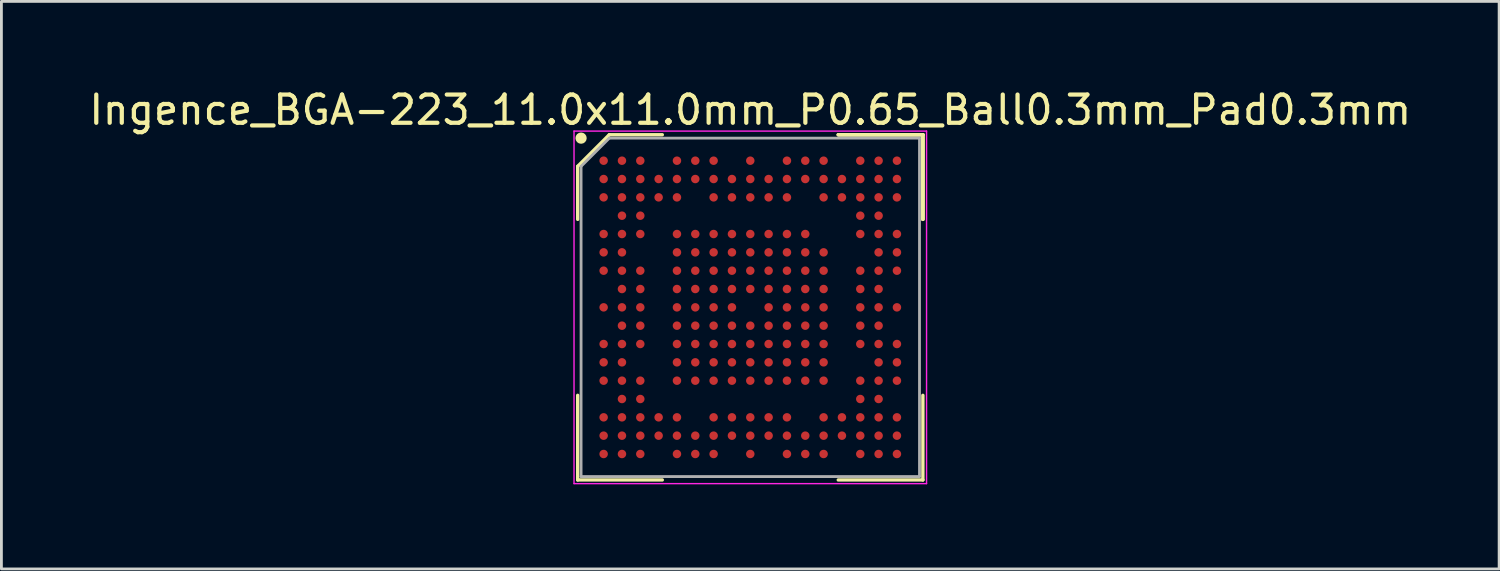
<source format=kicad_pcb>
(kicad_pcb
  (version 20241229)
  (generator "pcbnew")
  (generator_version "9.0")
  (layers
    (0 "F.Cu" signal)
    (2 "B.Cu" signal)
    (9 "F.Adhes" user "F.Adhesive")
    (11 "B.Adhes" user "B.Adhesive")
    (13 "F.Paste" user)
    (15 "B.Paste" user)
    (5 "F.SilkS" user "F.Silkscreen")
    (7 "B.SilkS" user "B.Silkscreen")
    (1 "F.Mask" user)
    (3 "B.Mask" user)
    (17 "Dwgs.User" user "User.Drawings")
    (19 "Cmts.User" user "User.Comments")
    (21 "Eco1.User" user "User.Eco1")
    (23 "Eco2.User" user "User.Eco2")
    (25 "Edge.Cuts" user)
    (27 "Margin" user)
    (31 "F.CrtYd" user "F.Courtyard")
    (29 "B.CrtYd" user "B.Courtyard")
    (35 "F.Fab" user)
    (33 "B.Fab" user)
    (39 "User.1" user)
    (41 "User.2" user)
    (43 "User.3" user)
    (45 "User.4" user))
  (footprint "Ingence_BGA-223_11.0x11.0mm_P0.65_Ball0.3mm_Pad0.3mm"
    (layer "F.Cu")
    (at 23.554 7.848)
    (property "Reference" "Ingence_BGA-223_11.0x11.0mm_P0.65_Ball0.3mm_Pad0.3mm" (at 0 -7 0) (layer "F.SilkS") (effects (font (size 1 1) (thickness 0.15))))
    (attr smd)
    (fp_line (start -6.12 -5) (end -6.12 -3.12) (stroke (width 0.12) (type solid)) (layer "F.SilkS"))
    (fp_line (start -6.12 6.12) (end -6.12 3.12) (stroke (width 0.12) (type solid)) (layer "F.SilkS"))
    (fp_line (start -5 -6.12) (end -6.12 -5) (stroke (width 0.12) (type solid)) (layer "F.SilkS"))
    (fp_line (start -3.12 -6.12) (end -5 -6.12) (stroke (width 0.12) (type solid)) (layer "F.SilkS"))
    (fp_line (start -3.12 6.12) (end -6.12 6.12) (stroke (width 0.12) (type solid)) (layer "F.SilkS"))
    (fp_line (start 3.12 -6.12) (end 6.12 -6.12) (stroke (width 0.12) (type solid)) (layer "F.SilkS"))
    (fp_line (start 3.12 -6.12) (end 6.12 -6.12) (stroke (width 0.12) (type solid)) (layer "F.SilkS"))
    (fp_line (start 3.12 -6.12) (end 6.12 -6.12) (stroke (width 0.12) (type solid)) (layer "F.SilkS"))
    (fp_line (start 3.12 6.12) (end 6.12 6.12) (stroke (width 0.12) (type solid)) (layer "F.SilkS"))
    (fp_line (start 6.12 -6.12) (end 6.12 -3.12) (stroke (width 0.12) (type solid)) (layer "F.SilkS"))
    (fp_line (start 6.12 -6.12) (end 6.12 -3.12) (stroke (width 0.12) (type solid)) (layer "F.SilkS"))
    (fp_line (start 6.12 -6.12) (end 6.12 -3.12) (stroke (width 0.12) (type solid)) (layer "F.SilkS"))
    (fp_line (start 6.12 6.12) (end 6.12 3.12) (stroke (width 0.12) (type solid)) (layer "F.SilkS"))
    (fp_circle (center -6 -6) (end -6 -5.9) (stroke (width 0.2) (type solid)) (fill no) (layer "F.SilkS"))
    (fp_line (start -6.25 -6.25) (end 6.25 -6.25) (stroke (width 0.05) (type solid)) (layer "F.CrtYd"))
    (fp_line (start -6.25 6.25) (end -6.25 -6.25) (stroke (width 0.05) (type solid)) (layer "F.CrtYd"))
    (fp_line (start 6.25 -6.25) (end 6.25 6.25) (stroke (width 0.05) (type solid)) (layer "F.CrtYd"))
    (fp_line (start 6.25 6.25) (end -6.25 6.25) (stroke (width 0.05) (type solid)) (layer "F.CrtYd"))
    (fp_line (start -6 -5) (end -6 6) (stroke (width 0.1) (type solid)) (layer "F.Fab"))
    (fp_line (start -6 6) (end 6 6) (stroke (width 0.1) (type solid)) (layer "F.Fab"))
    (fp_line (start -5 -6) (end -6 -5) (stroke (width 0.1) (type solid)) (layer "F.Fab"))
    (fp_line (start 6 -6) (end -5 -6) (stroke (width 0.1) (type solid)) (layer "F.Fab"))
    (fp_line (start 6 6) (end 6 -6) (stroke (width 0.1) (type solid)) (layer "F.Fab"))
    (pad "A1" smd circle (at -5.2 -5.2) (size 0.3 0.3) (layers "F.Cu" "F.Mask" "F.Paste"))
    (pad "A2" smd circle (at -4.55 -5.2) (size 0.3 0.3) (layers "F.Cu" "F.Mask" "F.Paste"))
    (pad "A3" smd circle (at -3.9 -5.2) (size 0.3 0.3) (layers "F.Cu" "F.Mask" "F.Paste"))
    (pad "A5" smd circle (at -2.6 -5.2) (size 0.3 0.3) (layers "F.Cu" "F.Mask" "F.Paste"))
    (pad "A6" smd circle (at -1.95 -5.2) (size 0.3 0.3) (layers "F.Cu" "F.Mask" "F.Paste"))
    (pad "A7" smd circle (at -1.3 -5.2) (size 0.3 0.3) (layers "F.Cu" "F.Mask" "F.Paste"))
    (pad "A9" smd circle (at 0 -5.2) (size 0.3 0.3) (layers "F.Cu" "F.Mask" "F.Paste"))
    (pad "A11" smd circle (at 1.3 -5.2) (size 0.3 0.3) (layers "F.Cu" "F.Mask" "F.Paste"))
    (pad "A12" smd circle (at 1.95 -5.2) (size 0.3 0.3) (layers "F.Cu" "F.Mask" "F.Paste"))
    (pad "A13" smd circle (at 2.6 -5.2) (size 0.3 0.3) (layers "F.Cu" "F.Mask" "F.Paste"))
    (pad "A15" smd circle (at 3.9 -5.2) (size 0.3 0.3) (layers "F.Cu" "F.Mask" "F.Paste"))
    (pad "A16" smd circle (at 4.55 -5.2) (size 0.3 0.3) (layers "F.Cu" "F.Mask" "F.Paste"))
    (pad "A17" smd circle (at 5.2 -5.2) (size 0.3 0.3) (layers "F.Cu" "F.Mask" "F.Paste"))
    (pad "B1" smd circle (at -5.2 -4.55) (size 0.3 0.3) (layers "F.Cu" "F.Mask" "F.Paste"))
    (pad "B2" smd circle (at -4.55 -4.55) (size 0.3 0.3) (layers "F.Cu" "F.Mask" "F.Paste"))
    (pad "B3" smd circle (at -3.9 -4.55) (size 0.3 0.3) (layers "F.Cu" "F.Mask" "F.Paste"))
    (pad "B4" smd circle (at -3.25 -4.55) (size 0.3 0.3) (layers "F.Cu" "F.Mask" "F.Paste"))
    (pad "B5" smd circle (at -2.6 -4.55) (size 0.3 0.3) (layers "F.Cu" "F.Mask" "F.Paste"))
    (pad "B6" smd circle (at -1.95 -4.55) (size 0.3 0.3) (layers "F.Cu" "F.Mask" "F.Paste"))
    (pad "B7" smd circle (at -1.3 -4.55) (size 0.3 0.3) (layers "F.Cu" "F.Mask" "F.Paste"))
    (pad "B8" smd circle (at -0.65 -4.55) (size 0.3 0.3) (layers "F.Cu" "F.Mask" "F.Paste"))
    (pad "B9" smd circle (at 0 -4.55) (size 0.3 0.3) (layers "F.Cu" "F.Mask" "F.Paste"))
    (pad "B10" smd circle (at 0.65 -4.55) (size 0.3 0.3) (layers "F.Cu" "F.Mask" "F.Paste"))
    (pad "B11" smd circle (at 1.3 -4.55) (size 0.3 0.3) (layers "F.Cu" "F.Mask" "F.Paste"))
    (pad "B12" smd circle (at 1.95 -4.55) (size 0.3 0.3) (layers "F.Cu" "F.Mask" "F.Paste"))
    (pad "B13" smd circle (at 2.6 -4.55) (size 0.3 0.3) (layers "F.Cu" "F.Mask" "F.Paste"))
    (pad "B14" smd circle (at 3.25 -4.55) (size 0.3 0.3) (layers "F.Cu" "F.Mask" "F.Paste"))
    (pad "B15" smd circle (at 3.9 -4.55) (size 0.3 0.3) (layers "F.Cu" "F.Mask" "F.Paste"))
    (pad "B16" smd circle (at 4.55 -4.55) (size 0.3 0.3) (layers "F.Cu" "F.Mask" "F.Paste"))
    (pad "B17" smd circle (at 5.2 -4.55) (size 0.3 0.3) (layers "F.Cu" "F.Mask" "F.Paste"))
    (pad "C1" smd circle (at -5.2 -3.9) (size 0.3 0.3) (layers "F.Cu" "F.Mask" "F.Paste"))
    (pad "C2" smd circle (at -4.55 -3.9) (size 0.3 0.3) (layers "F.Cu" "F.Mask" "F.Paste"))
    (pad "C3" smd circle (at -3.9 -3.9) (size 0.3 0.3) (layers "F.Cu" "F.Mask" "F.Paste"))
    (pad "C4" smd circle (at -3.25 -3.9) (size 0.3 0.3) (layers "F.Cu" "F.Mask" "F.Paste"))
    (pad "C5" smd circle (at -2.6 -3.9) (size 0.3 0.3) (layers "F.Cu" "F.Mask" "F.Paste"))
    (pad "C7" smd circle (at -1.3 -3.9) (size 0.3 0.3) (layers "F.Cu" "F.Mask" "F.Paste"))
    (pad "C8" smd circle (at -0.65 -3.9) (size 0.3 0.3) (layers "F.Cu" "F.Mask" "F.Paste"))
    (pad "C9" smd circle (at 0 -3.9) (size 0.3 0.3) (layers "F.Cu" "F.Mask" "F.Paste"))
    (pad "C10" smd circle (at 0.65 -3.9) (size 0.3 0.3) (layers "F.Cu" "F.Mask" "F.Paste"))
    (pad "C11" smd circle (at 1.3 -3.9) (size 0.3 0.3) (layers "F.Cu" "F.Mask" "F.Paste"))
    (pad "C13" smd circle (at 2.6 -3.9) (size 0.3 0.3) (layers "F.Cu" "F.Mask" "F.Paste"))
    (pad "C14" smd circle (at 3.25 -3.9) (size 0.3 0.3) (layers "F.Cu" "F.Mask" "F.Paste"))
    (pad "C15" smd circle (at 3.9 -3.9) (size 0.3 0.3) (layers "F.Cu" "F.Mask" "F.Paste"))
    (pad "C16" smd circle (at 4.55 -3.9) (size 0.3 0.3) (layers "F.Cu" "F.Mask" "F.Paste"))
    (pad "C17" smd circle (at 5.2 -3.9) (size 0.3 0.3) (layers "F.Cu" "F.Mask" "F.Paste"))
    (pad "D2" smd circle (at -4.55 -3.25) (size 0.3 0.3) (layers "F.Cu" "F.Mask" "F.Paste"))
    (pad "D3" smd circle (at -3.9 -3.25) (size 0.3 0.3) (layers "F.Cu" "F.Mask" "F.Paste"))
    (pad "D15" smd circle (at 3.9 -3.25) (size 0.3 0.3) (layers "F.Cu" "F.Mask" "F.Paste"))
    (pad "D16" smd circle (at 4.55 -3.25) (size 0.3 0.3) (layers "F.Cu" "F.Mask" "F.Paste"))
    (pad "E1" smd circle (at -5.2 -2.6) (size 0.3 0.3) (layers "F.Cu" "F.Mask" "F.Paste"))
    (pad "E2" smd circle (at -4.55 -2.6) (size 0.3 0.3) (layers "F.Cu" "F.Mask" "F.Paste"))
    (pad "E3" smd circle (at -3.9 -2.6) (size 0.3 0.3) (layers "F.Cu" "F.Mask" "F.Paste"))
    (pad "E5" smd circle (at -2.6 -2.6) (size 0.3 0.3) (layers "F.Cu" "F.Mask" "F.Paste"))
    (pad "E6" smd circle (at -1.95 -2.6) (size 0.3 0.3) (layers "F.Cu" "F.Mask" "F.Paste"))
    (pad "E7" smd circle (at -1.3 -2.6) (size 0.3 0.3) (layers "F.Cu" "F.Mask" "F.Paste"))
    (pad "E8" smd circle (at -0.65 -2.6) (size 0.3 0.3) (layers "F.Cu" "F.Mask" "F.Paste"))
    (pad "E9" smd circle (at 0 -2.6) (size 0.3 0.3) (layers "F.Cu" "F.Mask" "F.Paste"))
    (pad "E10" smd circle (at 0.65 -2.6) (size 0.3 0.3) (layers "F.Cu" "F.Mask" "F.Paste"))
    (pad "E11" smd circle (at 1.3 -2.6) (size 0.3 0.3) (layers "F.Cu" "F.Mask" "F.Paste"))
    (pad "E12" smd circle (at 1.95 -2.6) (size 0.3 0.3) (layers "F.Cu" "F.Mask" "F.Paste"))
    (pad "E15" smd circle (at 3.9 -2.6) (size 0.3 0.3) (layers "F.Cu" "F.Mask" "F.Paste"))
    (pad "E16" smd circle (at 4.55 -2.6) (size 0.3 0.3) (layers "F.Cu" "F.Mask" "F.Paste"))
    (pad "E17" smd circle (at 5.2 -2.6) (size 0.3 0.3) (layers "F.Cu" "F.Mask" "F.Paste"))
    (pad "F1" smd circle (at -5.2 -1.95) (size 0.3 0.3) (layers "F.Cu" "F.Mask" "F.Paste"))
    (pad "F2" smd circle (at -4.55 -1.95) (size 0.3 0.3) (layers "F.Cu" "F.Mask" "F.Paste"))
    (pad "F5" smd circle (at -2.6 -1.95) (size 0.3 0.3) (layers "F.Cu" "F.Mask" "F.Paste"))
    (pad "F6" smd circle (at -1.95 -1.95) (size 0.3 0.3) (layers "F.Cu" "F.Mask" "F.Paste"))
    (pad "F7" smd circle (at -1.3 -1.95) (size 0.3 0.3) (layers "F.Cu" "F.Mask" "F.Paste"))
    (pad "F8" smd circle (at -0.65 -1.95) (size 0.3 0.3) (layers "F.Cu" "F.Mask" "F.Paste"))
    (pad "F9" smd circle (at 0 -1.95) (size 0.3 0.3) (layers "F.Cu" "F.Mask" "F.Paste"))
    (pad "F10" smd circle (at 0.65 -1.95) (size 0.3 0.3) (layers "F.Cu" "F.Mask" "F.Paste"))
    (pad "F11" smd circle (at 1.3 -1.95) (size 0.3 0.3) (layers "F.Cu" "F.Mask" "F.Paste"))
    (pad "F12" smd circle (at 1.95 -1.95) (size 0.3 0.3) (layers "F.Cu" "F.Mask" "F.Paste"))
    (pad "F13" smd circle (at 2.6 -1.95) (size 0.3 0.3) (layers "F.Cu" "F.Mask" "F.Paste"))
    (pad "F16" smd circle (at 4.55 -1.95) (size 0.3 0.3) (layers "F.Cu" "F.Mask" "F.Paste"))
    (pad "F17" smd circle (at 5.2 -1.95) (size 0.3 0.3) (layers "F.Cu" "F.Mask" "F.Paste"))
    (pad "G1" smd circle (at -5.2 -1.3) (size 0.3 0.3) (layers "F.Cu" "F.Mask" "F.Paste"))
    (pad "G2" smd circle (at -4.55 -1.3) (size 0.3 0.3) (layers "F.Cu" "F.Mask" "F.Paste"))
    (pad "G3" smd circle (at -3.9 -1.3) (size 0.3 0.3) (layers "F.Cu" "F.Mask" "F.Paste"))
    (pad "G5" smd circle (at -2.6 -1.3) (size 0.3 0.3) (layers "F.Cu" "F.Mask" "F.Paste"))
    (pad "G6" smd circle (at -1.95 -1.3) (size 0.3 0.3) (layers "F.Cu" "F.Mask" "F.Paste"))
    (pad "G7" smd circle (at -1.3 -1.3) (size 0.3 0.3) (layers "F.Cu" "F.Mask" "F.Paste"))
    (pad "G8" smd circle (at -0.65 -1.3) (size 0.3 0.3) (layers "F.Cu" "F.Mask" "F.Paste"))
    (pad "G9" smd circle (at 0 -1.3) (size 0.3 0.3) (layers "F.Cu" "F.Mask" "F.Paste"))
    (pad "G10" smd circle (at 0.65 -1.3) (size 0.3 0.3) (layers "F.Cu" "F.Mask" "F.Paste"))
    (pad "G11" smd circle (at 1.3 -1.3) (size 0.3 0.3) (layers "F.Cu" "F.Mask" "F.Paste"))
    (pad "G12" smd circle (at 1.95 -1.3) (size 0.3 0.3) (layers "F.Cu" "F.Mask" "F.Paste"))
    (pad "G13" smd circle (at 2.6 -1.3) (size 0.3 0.3) (layers "F.Cu" "F.Mask" "F.Paste"))
    (pad "G15" smd circle (at 3.9 -1.3) (size 0.3 0.3) (layers "F.Cu" "F.Mask" "F.Paste"))
    (pad "G16" smd circle (at 4.55 -1.3) (size 0.3 0.3) (layers "F.Cu" "F.Mask" "F.Paste"))
    (pad "G17" smd circle (at 5.2 -1.3) (size 0.3 0.3) (layers "F.Cu" "F.Mask" "F.Paste"))
    (pad "H2" smd circle (at -4.55 -0.65) (size 0.3 0.3) (layers "F.Cu" "F.Mask" "F.Paste"))
    (pad "H3" smd circle (at -3.9 -0.65) (size 0.3 0.3) (layers "F.Cu" "F.Mask" "F.Paste"))
    (pad "H5" smd circle (at -2.6 -0.65) (size 0.3 0.3) (layers "F.Cu" "F.Mask" "F.Paste"))
    (pad "H6" smd circle (at -1.95 -0.65) (size 0.3 0.3) (layers "F.Cu" "F.Mask" "F.Paste"))
    (pad "H7" smd circle (at -1.3 -0.65) (size 0.3 0.3) (layers "F.Cu" "F.Mask" "F.Paste"))
    (pad "H8" smd circle (at -0.65 -0.65) (size 0.3 0.3) (layers "F.Cu" "F.Mask" "F.Paste"))
    (pad "H9" smd circle (at 0 -0.65) (size 0.3 0.3) (layers "F.Cu" "F.Mask" "F.Paste"))
    (pad "H10" smd circle (at 0.65 -0.65) (size 0.3 0.3) (layers "F.Cu" "F.Mask" "F.Paste"))
    (pad "H11" smd circle (at 1.3 -0.65) (size 0.3 0.3) (layers "F.Cu" "F.Mask" "F.Paste"))
    (pad "H12" smd circle (at 1.95 -0.65) (size 0.3 0.3) (layers "F.Cu" "F.Mask" "F.Paste"))
    (pad "H13" smd circle (at 2.6 -0.65) (size 0.3 0.3) (layers "F.Cu" "F.Mask" "F.Paste"))
    (pad "H15" smd circle (at 3.9 -0.65) (size 0.3 0.3) (layers "F.Cu" "F.Mask" "F.Paste"))
    (pad "H16" smd circle (at 4.55 -0.65) (size 0.3 0.3) (layers "F.Cu" "F.Mask" "F.Paste"))
    (pad "J1" smd circle (at -5.2 0) (size 0.3 0.3) (layers "F.Cu" "F.Mask" "F.Paste"))
    (pad "J2" smd circle (at -4.55 0) (size 0.3 0.3) (layers "F.Cu" "F.Mask" "F.Paste"))
    (pad "J3" smd circle (at -3.9 0) (size 0.3 0.3) (layers "F.Cu" "F.Mask" "F.Paste"))
    (pad "J5" smd circle (at -2.6 0) (size 0.3 0.3) (layers "F.Cu" "F.Mask" "F.Paste"))
    (pad "J6" smd circle (at -1.95 0) (size 0.3 0.3) (layers "F.Cu" "F.Mask" "F.Paste"))
    (pad "J7" smd circle (at -1.3 0) (size 0.3 0.3) (layers "F.Cu" "F.Mask" "F.Paste"))
    (pad "J8" smd circle (at -0.65 0) (size 0.3 0.3) (layers "F.Cu" "F.Mask" "F.Paste"))
    (pad "J10" smd circle (at 0.65 0) (size 0.3 0.3) (layers "F.Cu" "F.Mask" "F.Paste"))
    (pad "J11" smd circle (at 1.3 0) (size 0.3 0.3) (layers "F.Cu" "F.Mask" "F.Paste"))
    (pad "J12" smd circle (at 1.95 0) (size 0.3 0.3) (layers "F.Cu" "F.Mask" "F.Paste"))
    (pad "J13" smd circle (at 2.6 0) (size 0.3 0.3) (layers "F.Cu" "F.Mask" "F.Paste"))
    (pad "J15" smd circle (at 3.9 0) (size 0.3 0.3) (layers "F.Cu" "F.Mask" "F.Paste"))
    (pad "J16" smd circle (at 4.55 0) (size 0.3 0.3) (layers "F.Cu" "F.Mask" "F.Paste"))
    (pad "J17" smd circle (at 5.2 0) (size 0.3 0.3) (layers "F.Cu" "F.Mask" "F.Paste"))
    (pad "K2" smd circle (at -4.55 0.65) (size 0.3 0.3) (layers "F.Cu" "F.Mask" "F.Paste"))
    (pad "K3" smd circle (at -3.9 0.65) (size 0.3 0.3) (layers "F.Cu" "F.Mask" "F.Paste"))
    (pad "K5" smd circle (at -2.6 0.65) (size 0.3 0.3) (layers "F.Cu" "F.Mask" "F.Paste"))
    (pad "K6" smd circle (at -1.95 0.65) (size 0.3 0.3) (layers "F.Cu" "F.Mask" "F.Paste"))
    (pad "K7" smd circle (at -1.3 0.65) (size 0.3 0.3) (layers "F.Cu" "F.Mask" "F.Paste"))
    (pad "K8" smd circle (at -0.65 0.65) (size 0.3 0.3) (layers "F.Cu" "F.Mask" "F.Paste"))
    (pad "K9" smd circle (at 0 0.65) (size 0.3 0.3) (layers "F.Cu" "F.Mask" "F.Paste"))
    (pad "K10" smd circle (at 0.65 0.65) (size 0.3 0.3) (layers "F.Cu" "F.Mask" "F.Paste"))
    (pad "K11" smd circle (at 1.3 0.65) (size 0.3 0.3) (layers "F.Cu" "F.Mask" "F.Paste"))
    (pad "K12" smd circle (at 1.95 0.65) (size 0.3 0.3) (layers "F.Cu" "F.Mask" "F.Paste"))
    (pad "K13" smd circle (at 2.6 0.65) (size 0.3 0.3) (layers "F.Cu" "F.Mask" "F.Paste"))
    (pad "K15" smd circle (at 3.9 0.65) (size 0.3 0.3) (layers "F.Cu" "F.Mask" "F.Paste"))
    (pad "K16" smd circle (at 4.55 0.65) (size 0.3 0.3) (layers "F.Cu" "F.Mask" "F.Paste"))
    (pad "L1" smd circle (at -5.2 1.3) (size 0.3 0.3) (layers "F.Cu" "F.Mask" "F.Paste"))
    (pad "L2" smd circle (at -4.55 1.3) (size 0.3 0.3) (layers "F.Cu" "F.Mask" "F.Paste"))
    (pad "L3" smd circle (at -3.9 1.3) (size 0.3 0.3) (layers "F.Cu" "F.Mask" "F.Paste"))
    (pad "L5" smd circle (at -2.6 1.3) (size 0.3 0.3) (layers "F.Cu" "F.Mask" "F.Paste"))
    (pad "L6" smd circle (at -1.95 1.3) (size 0.3 0.3) (layers "F.Cu" "F.Mask" "F.Paste"))
    (pad "L7" smd circle (at -1.3 1.3) (size 0.3 0.3) (layers "F.Cu" "F.Mask" "F.Paste"))
    (pad "L8" smd circle (at -0.65 1.3) (size 0.3 0.3) (layers "F.Cu" "F.Mask" "F.Paste"))
    (pad "L9" smd circle (at 0 1.3) (size 0.3 0.3) (layers "F.Cu" "F.Mask" "F.Paste"))
    (pad "L10" smd circle (at 0.65 1.3) (size 0.3 0.3) (layers "F.Cu" "F.Mask" "F.Paste"))
    (pad "L11" smd circle (at 1.3 1.3) (size 0.3 0.3) (layers "F.Cu" "F.Mask" "F.Paste"))
    (pad "L12" smd circle (at 1.95 1.3) (size 0.3 0.3) (layers "F.Cu" "F.Mask" "F.Paste"))
    (pad "L13" smd circle (at 2.6 1.3) (size 0.3 0.3) (layers "F.Cu" "F.Mask" "F.Paste"))
    (pad "L15" smd circle (at 3.9 1.3) (size 0.3 0.3) (layers "F.Cu" "F.Mask" "F.Paste"))
    (pad "L16" smd circle (at 4.55 1.3) (size 0.3 0.3) (layers "F.Cu" "F.Mask" "F.Paste"))
    (pad "L17" smd circle (at 5.2 1.3) (size 0.3 0.3) (layers "F.Cu" "F.Mask" "F.Paste"))
    (pad "M1" smd circle (at -5.2 1.95) (size 0.3 0.3) (layers "F.Cu" "F.Mask" "F.Paste"))
    (pad "M2" smd circle (at -4.55 1.95) (size 0.3 0.3) (layers "F.Cu" "F.Mask" "F.Paste"))
    (pad "M5" smd circle (at -2.6 1.95) (size 0.3 0.3) (layers "F.Cu" "F.Mask" "F.Paste"))
    (pad "M6" smd circle (at -1.95 1.95) (size 0.3 0.3) (layers "F.Cu" "F.Mask" "F.Paste"))
    (pad "M7" smd circle (at -1.3 1.95) (size 0.3 0.3) (layers "F.Cu" "F.Mask" "F.Paste"))
    (pad "M8" smd circle (at -0.65 1.95) (size 0.3 0.3) (layers "F.Cu" "F.Mask" "F.Paste"))
    (pad "M9" smd circle (at 0 1.95) (size 0.3 0.3) (layers "F.Cu" "F.Mask" "F.Paste"))
    (pad "M10" smd circle (at 0.65 1.95) (size 0.3 0.3) (layers "F.Cu" "F.Mask" "F.Paste"))
    (pad "M11" smd circle (at 1.3 1.95) (size 0.3 0.3) (layers "F.Cu" "F.Mask" "F.Paste"))
    (pad "M12" smd circle (at 1.95 1.95) (size 0.3 0.3) (layers "F.Cu" "F.Mask" "F.Paste"))
    (pad "M13" smd circle (at 2.6 1.95) (size 0.3 0.3) (layers "F.Cu" "F.Mask" "F.Paste"))
    (pad "M16" smd circle (at 4.55 1.95) (size 0.3 0.3) (layers "F.Cu" "F.Mask" "F.Paste"))
    (pad "M17" smd circle (at 5.2 1.95) (size 0.3 0.3) (layers "F.Cu" "F.Mask" "F.Paste"))
    (pad "N1" smd circle (at -5.2 2.6) (size 0.3 0.3) (layers "F.Cu" "F.Mask" "F.Paste"))
    (pad "N2" smd circle (at -4.55 2.6) (size 0.3 0.3) (layers "F.Cu" "F.Mask" "F.Paste"))
    (pad "N3" smd circle (at -3.9 2.6) (size 0.3 0.3) (layers "F.Cu" "F.Mask" "F.Paste"))
    (pad "N5" smd circle (at -2.6 2.6) (size 0.3 0.3) (layers "F.Cu" "F.Mask" "F.Paste"))
    (pad "N6" smd circle (at -1.95 2.6) (size 0.3 0.3) (layers "F.Cu" "F.Mask" "F.Paste"))
    (pad "N7" smd circle (at -1.3 2.6) (size 0.3 0.3) (layers "F.Cu" "F.Mask" "F.Paste"))
    (pad "N8" smd circle (at -0.65 2.6) (size 0.3 0.3) (layers "F.Cu" "F.Mask" "F.Paste"))
    (pad "N9" smd circle (at 0 2.6) (size 0.3 0.3) (layers "F.Cu" "F.Mask" "F.Paste"))
    (pad "N10" smd circle (at 0.65 2.6) (size 0.3 0.3) (layers "F.Cu" "F.Mask" "F.Paste"))
    (pad "N11" smd circle (at 1.3 2.6) (size 0.3 0.3) (layers "F.Cu" "F.Mask" "F.Paste"))
    (pad "N12" smd circle (at 1.95 2.6) (size 0.3 0.3) (layers "F.Cu" "F.Mask" "F.Paste"))
    (pad "N13" smd circle (at 2.6 2.6) (size 0.3 0.3) (layers "F.Cu" "F.Mask" "F.Paste"))
    (pad "N15" smd circle (at 3.9 2.6) (size 0.3 0.3) (layers "F.Cu" "F.Mask" "F.Paste"))
    (pad "N16" smd circle (at 4.55 2.6) (size 0.3 0.3) (layers "F.Cu" "F.Mask" "F.Paste"))
    (pad "N17" smd circle (at 5.2 2.6) (size 0.3 0.3) (layers "F.Cu" "F.Mask" "F.Paste"))
    (pad "P2" smd circle (at -4.55 3.25) (size 0.3 0.3) (layers "F.Cu" "F.Mask" "F.Paste"))
    (pad "P3" smd circle (at -3.9 3.25) (size 0.3 0.3) (layers "F.Cu" "F.Mask" "F.Paste"))
    (pad "P15" smd circle (at 3.9 3.25) (size 0.3 0.3) (layers "F.Cu" "F.Mask" "F.Paste"))
    (pad "P16" smd circle (at 4.55 3.25) (size 0.3 0.3) (layers "F.Cu" "F.Mask" "F.Paste"))
    (pad "R1" smd circle (at -5.2 3.9) (size 0.3 0.3) (layers "F.Cu" "F.Mask" "F.Paste"))
    (pad "R2" smd circle (at -4.55 3.9) (size 0.3 0.3) (layers "F.Cu" "F.Mask" "F.Paste"))
    (pad "R3" smd circle (at -3.9 3.9) (size 0.3 0.3) (layers "F.Cu" "F.Mask" "F.Paste"))
    (pad "R4" smd circle (at -3.25 3.9) (size 0.3 0.3) (layers "F.Cu" "F.Mask" "F.Paste"))
    (pad "R5" smd circle (at -2.6 3.9) (size 0.3 0.3) (layers "F.Cu" "F.Mask" "F.Paste"))
    (pad "R7" smd circle (at -1.3 3.9) (size 0.3 0.3) (layers "F.Cu" "F.Mask" "F.Paste"))
    (pad "R8" smd circle (at -0.65 3.9) (size 0.3 0.3) (layers "F.Cu" "F.Mask" "F.Paste"))
    (pad "R9" smd circle (at 0 3.9) (size 0.3 0.3) (layers "F.Cu" "F.Mask" "F.Paste"))
    (pad "R10" smd circle (at 0.65 3.9) (size 0.3 0.3) (layers "F.Cu" "F.Mask" "F.Paste"))
    (pad "R11" smd circle (at 1.3 3.9) (size 0.3 0.3) (layers "F.Cu" "F.Mask" "F.Paste"))
    (pad "R13" smd circle (at 2.6 3.9) (size 0.3 0.3) (layers "F.Cu" "F.Mask" "F.Paste"))
    (pad "R14" smd circle (at 3.25 3.9) (size 0.3 0.3) (layers "F.Cu" "F.Mask" "F.Paste"))
    (pad "R15" smd circle (at 3.9 3.9) (size 0.3 0.3) (layers "F.Cu" "F.Mask" "F.Paste"))
    (pad "R16" smd circle (at 4.55 3.9) (size 0.3 0.3) (layers "F.Cu" "F.Mask" "F.Paste"))
    (pad "R17" smd circle (at 5.2 3.9) (size 0.3 0.3) (layers "F.Cu" "F.Mask" "F.Paste"))
    (pad "T1" smd circle (at -5.2 4.55) (size 0.3 0.3) (layers "F.Cu" "F.Mask" "F.Paste"))
    (pad "T2" smd circle (at -4.55 4.55) (size 0.3 0.3) (layers "F.Cu" "F.Mask" "F.Paste"))
    (pad "T3" smd circle (at -3.9 4.55) (size 0.3 0.3) (layers "F.Cu" "F.Mask" "F.Paste"))
    (pad "T4" smd circle (at -3.25 4.55) (size 0.3 0.3) (layers "F.Cu" "F.Mask" "F.Paste"))
    (pad "T5" smd circle (at -2.6 4.55) (size 0.3 0.3) (layers "F.Cu" "F.Mask" "F.Paste"))
    (pad "T6" smd circle (at -1.95 4.55) (size 0.3 0.3) (layers "F.Cu" "F.Mask" "F.Paste"))
    (pad "T7" smd circle (at -1.3 4.55) (size 0.3 0.3) (layers "F.Cu" "F.Mask" "F.Paste"))
    (pad "T8" smd circle (at -0.65 4.55) (size 0.3 0.3) (layers "F.Cu" "F.Mask" "F.Paste"))
    (pad "T9" smd circle (at 0 4.55) (size 0.3 0.3) (layers "F.Cu" "F.Mask" "F.Paste"))
    (pad "T10" smd circle (at 0.65 4.55) (size 0.3 0.3) (layers "F.Cu" "F.Mask" "F.Paste"))
    (pad "T11" smd circle (at 1.3 4.55) (size 0.3 0.3) (layers "F.Cu" "F.Mask" "F.Paste"))
    (pad "T12" smd circle (at 1.95 4.55) (size 0.3 0.3) (layers "F.Cu" "F.Mask" "F.Paste"))
    (pad "T13" smd circle (at 2.6 4.55) (size 0.3 0.3) (layers "F.Cu" "F.Mask" "F.Paste"))
    (pad "T14" smd circle (at 3.25 4.55) (size 0.3 0.3) (layers "F.Cu" "F.Mask" "F.Paste"))
    (pad "T15" smd circle (at 3.9 4.55) (size 0.3 0.3) (layers "F.Cu" "F.Mask" "F.Paste"))
    (pad "T16" smd circle (at 4.55 4.55) (size 0.3 0.3) (layers "F.Cu" "F.Mask" "F.Paste"))
    (pad "T17" smd circle (at 5.2 4.55) (size 0.3 0.3) (layers "F.Cu" "F.Mask" "F.Paste"))
    (pad "U1" smd circle (at -5.2 5.2) (size 0.3 0.3) (layers "F.Cu" "F.Mask" "F.Paste"))
    (pad "U2" smd circle (at -4.55 5.2) (size 0.3 0.3) (layers "F.Cu" "F.Mask" "F.Paste"))
    (pad "U3" smd circle (at -3.9 5.2) (size 0.3 0.3) (layers "F.Cu" "F.Mask" "F.Paste"))
    (pad "U5" smd circle (at -2.6 5.2) (size 0.3 0.3) (layers "F.Cu" "F.Mask" "F.Paste"))
    (pad "U6" smd circle (at -1.95 5.2) (size 0.3 0.3) (layers "F.Cu" "F.Mask" "F.Paste"))
    (pad "U7" smd circle (at -1.3 5.2) (size 0.3 0.3) (layers "F.Cu" "F.Mask" "F.Paste"))
    (pad "U9" smd circle (at 0 5.2) (size 0.3 0.3) (layers "F.Cu" "F.Mask" "F.Paste"))
    (pad "U11" smd circle (at 1.3 5.2) (size 0.3 0.3) (layers "F.Cu" "F.Mask" "F.Paste"))
    (pad "U12" smd circle (at 1.95 5.2) (size 0.3 0.3) (layers "F.Cu" "F.Mask" "F.Paste"))
    (pad "U13" smd circle (at 2.6 5.2) (size 0.3 0.3) (layers "F.Cu" "F.Mask" "F.Paste"))
    (pad "U15" smd circle (at 3.9 5.2) (size 0.3 0.3) (layers "F.Cu" "F.Mask" "F.Paste"))
    (pad "U16" smd circle (at 4.55 5.2) (size 0.3 0.3) (layers "F.Cu" "F.Mask" "F.Paste"))
    (pad "U17" smd circle (at 5.2 5.2) (size 0.3 0.3) (layers "F.Cu" "F.Mask" "F.Paste")))
  (gr_rect
    (start -3 -3)
    (end 50.107 17.123)
    (stroke (width 0.1) (type default))
    (fill no)
    (layer "Edge.Cuts")))
</source>
